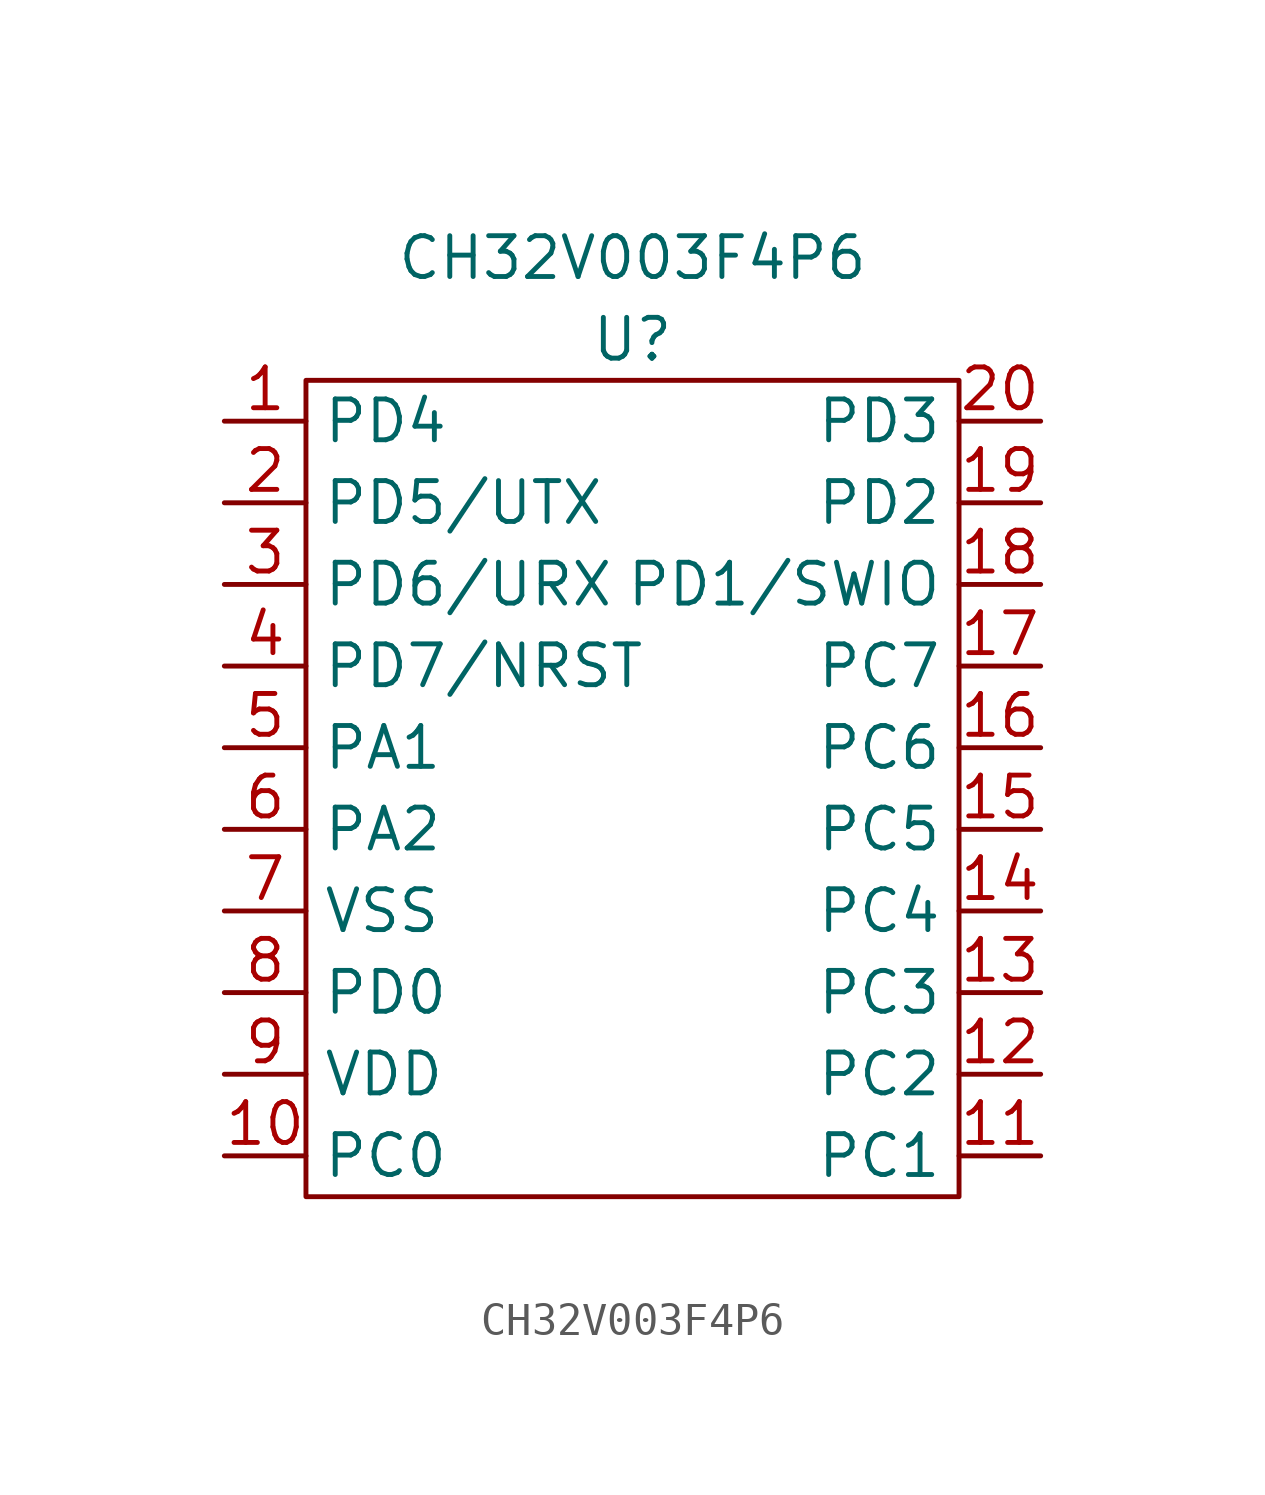
<source format=kicad_sym>
(kicad_symbol_lib
  (version 20211014)
  (generator kicad_symbol_editor)
  (symbol "CH32V003F4P6"
    (property "Reference" "U"
      (at 0 0 0)
      (effects (font (size 1.27 1.27))))
    (property "Value" "CH32V003F4P6"
      (at 0 2.54 0)
      (effects (font (size 1.27 1.27))))
    (symbol "CH32V003F4P6_0_1"
      (rectangle (start -10.16 -1.27) (end 10.16 -26.67) (stroke (width 0) (type default) (color 0 0 0 0)) (fill (type none))))
    (symbol "CH32V003F4P6_1_1"
      (pin bidirectional line (at -12.7 -2.54 0) (length 2.54) (name "PD4" (effects (font (size 1.27 1.27)))) (number "1" (effects (font (size 1.27 1.27)))))
      (pin bidirectional line (at -12.7 -25.4 0) (length 2.54) (name "PC0" (effects (font (size 1.27 1.27)))) (number "10" (effects (font (size 1.27 1.27)))))
      (pin bidirectional line (at 12.7 -25.4 180) (length 2.54) (name "PC1" (effects (font (size 1.27 1.27)))) (number "11" (effects (font (size 1.27 1.27)))))
      (pin bidirectional line (at 12.7 -22.86 180) (length 2.54) (name "PC2" (effects (font (size 1.27 1.27)))) (number "12" (effects (font (size 1.27 1.27)))))
      (pin bidirectional line (at 12.7 -20.32 180) (length 2.54) (name "PC3" (effects (font (size 1.27 1.27)))) (number "13" (effects (font (size 1.27 1.27)))))
      (pin bidirectional line (at 12.7 -17.78 180) (length 2.54) (name "PC4" (effects (font (size 1.27 1.27)))) (number "14" (effects (font (size 1.27 1.27)))))
      (pin bidirectional line (at 12.7 -15.24 180) (length 2.54) (name "PC5" (effects (font (size 1.27 1.27)))) (number "15" (effects (font (size 1.27 1.27)))))
      (pin bidirectional line (at 12.7 -12.7 180) (length 2.54) (name "PC6" (effects (font (size 1.27 1.27)))) (number "16" (effects (font (size 1.27 1.27)))))
      (pin bidirectional line (at 12.7 -10.16 180) (length 2.54) (name "PC7" (effects (font (size 1.27 1.27)))) (number "17" (effects (font (size 1.27 1.27)))))
      (pin bidirectional line (at 12.7 -7.62 180) (length 2.54) (name "PD1/SWIO" (effects (font (size 1.27 1.27)))) (number "18" (effects (font (size 1.27 1.27)))))
      (pin bidirectional line (at 12.7 -5.08 180) (length 2.54) (name "PD2" (effects (font (size 1.27 1.27)))) (number "19" (effects (font (size 1.27 1.27)))))
      (pin bidirectional line (at -12.7 -5.08 0) (length 2.54) (name "PD5/UTX" (effects (font (size 1.27 1.27)))) (number "2" (effects (font (size 1.27 1.27)))))
      (pin bidirectional line (at 12.7 -2.54 180) (length 2.54) (name "PD3" (effects (font (size 1.27 1.27)))) (number "20" (effects (font (size 1.27 1.27)))))
      (pin bidirectional line (at -12.7 -7.62 0) (length 2.54) (name "PD6/URX" (effects (font (size 1.27 1.27)))) (number "3" (effects (font (size 1.27 1.27)))))
      (pin bidirectional line (at -12.7 -10.16 0) (length 2.54) (name "PD7/NRST" (effects (font (size 1.27 1.27)))) (number "4" (effects (font (size 1.27 1.27)))))
      (pin bidirectional line (at -12.7 -12.7 0) (length 2.54) (name "PA1" (effects (font (size 1.27 1.27)))) (number "5" (effects (font (size 1.27 1.27)))))
      (pin bidirectional line (at -12.7 -15.24 0) (length 2.54) (name "PA2" (effects (font (size 1.27 1.27)))) (number "6" (effects (font (size 1.27 1.27)))))
      (pin power_in line (at -12.7 -17.78 0) (length 2.54) (name "VSS" (effects (font (size 1.27 1.27)))) (number "7" (effects (font (size 1.27 1.27)))))
      (pin bidirectional line (at -12.7 -20.32 0) (length 2.54) (name "PD0" (effects (font (size 1.27 1.27)))) (number "8" (effects (font (size 1.27 1.27)))))
      (pin power_in line (at -12.7 -22.86 0) (length 2.54) (name "VDD" (effects (font (size 1.27 1.27)))) (number "9" (effects (font (size 1.27 1.27))))))))
</source>
